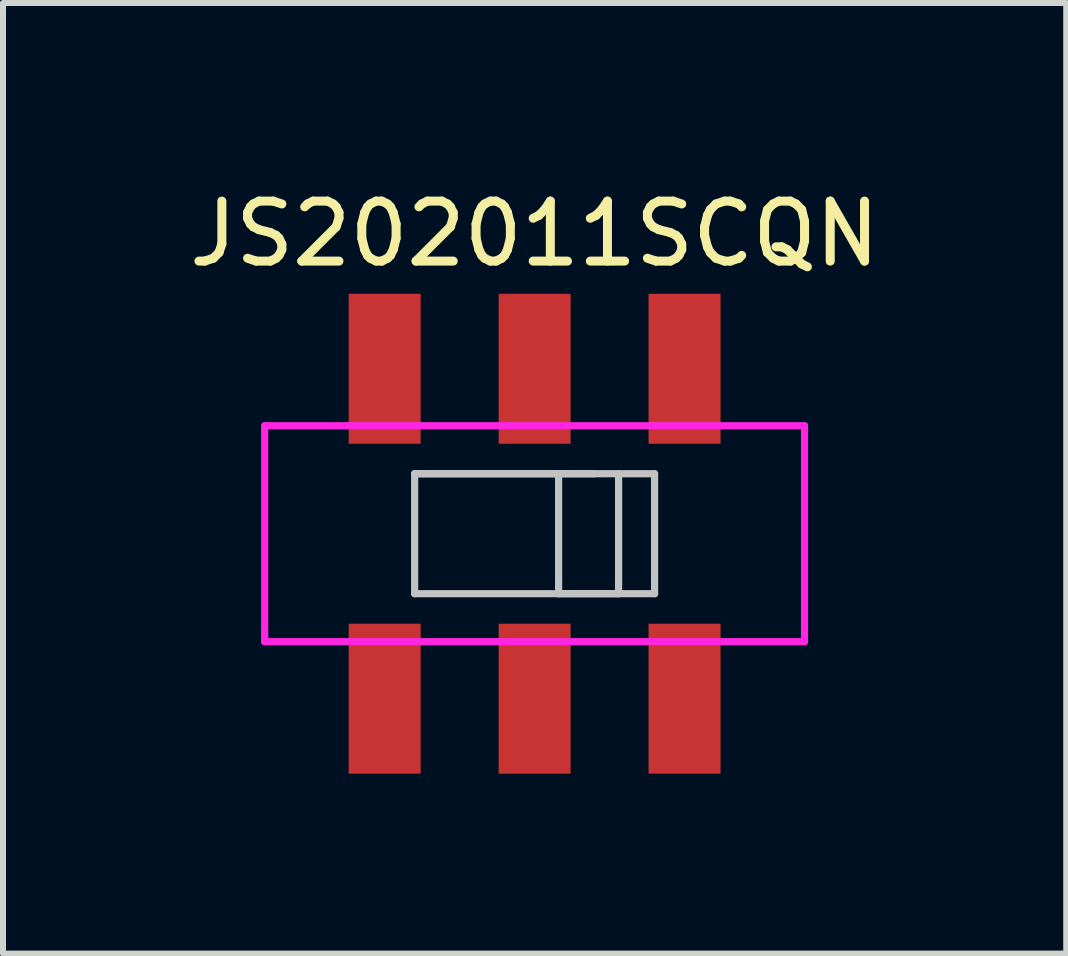
<source format=kicad_pcb>
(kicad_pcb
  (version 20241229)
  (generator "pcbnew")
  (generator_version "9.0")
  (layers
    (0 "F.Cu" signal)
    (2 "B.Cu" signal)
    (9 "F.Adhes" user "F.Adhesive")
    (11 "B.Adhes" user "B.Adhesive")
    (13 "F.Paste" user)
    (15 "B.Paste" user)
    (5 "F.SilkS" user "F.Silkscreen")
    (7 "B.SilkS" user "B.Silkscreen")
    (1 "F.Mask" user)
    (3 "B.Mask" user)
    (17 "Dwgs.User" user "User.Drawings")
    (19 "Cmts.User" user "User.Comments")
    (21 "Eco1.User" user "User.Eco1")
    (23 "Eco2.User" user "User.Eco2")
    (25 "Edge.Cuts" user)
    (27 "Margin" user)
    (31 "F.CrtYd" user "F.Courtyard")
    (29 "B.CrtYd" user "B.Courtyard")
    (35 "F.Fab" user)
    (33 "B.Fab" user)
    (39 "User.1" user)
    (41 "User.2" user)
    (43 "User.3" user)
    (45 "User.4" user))
  (footprint "JS202011SCQN"
    (layer "F.Cu")
    (at 5.863 5.848)
    (property "Reference" "JS202011SCQN" (at 0 -5 0) (layer "F.SilkS") (effects (font (size 1 1) (thickness 0.15))))
    (attr through_hole)
    (fp_line (start -2 -1) (end 1 -1) (stroke (width 0.12) (type solid)) (layer "Dwgs.User"))
    (fp_line (start -2 -1) (end 2 -1) (stroke (width 0.12) (type solid)) (layer "Dwgs.User"))
    (fp_line (start -2 1) (end -2 -1) (stroke (width 0.12) (type solid)) (layer "Dwgs.User"))
    (fp_line (start 0.4 1) (end 0.4 -1) (stroke (width 0.12) (type solid)) (layer "Dwgs.User"))
    (fp_line (start 1.4 -1) (end 1.4 1) (stroke (width 0.12) (type solid)) (layer "Dwgs.User"))
    (fp_line (start 1.4 1) (end 0.4 1) (stroke (width 0.12) (type solid)) (layer "Dwgs.User"))
    (fp_line (start 2 -1) (end 2 1) (stroke (width 0.12) (type solid)) (layer "Dwgs.User"))
    (fp_line (start 2 1) (end -2 1) (stroke (width 0.12) (type solid)) (layer "Dwgs.User"))
    (fp_line (start -4.5 -1.8) (end 4.5 -1.8) (stroke (width 0.12) (type solid)) (layer "F.CrtYd"))
    (fp_line (start -4.5 1.8) (end -4.5 -1.8) (stroke (width 0.12) (type solid)) (layer "F.CrtYd"))
    (fp_line (start 4.5 -1.8) (end 4.5 1.8) (stroke (width 0.12) (type solid)) (layer "F.CrtYd"))
    (fp_line (start 4.5 1.8) (end -4.5 1.8) (stroke (width 0.12) (type solid)) (layer "F.CrtYd"))
    (pad "1" smd rect (at -2.5 2.75) (size 1.2 2.5) (layers "F.Cu" "F.Mask" "F.Paste"))
    (pad "2" smd rect (at 0 2.75) (size 1.2 2.5) (layers "F.Cu" "F.Mask" "F.Paste"))
    (pad "3" smd rect (at 2.5 2.75) (size 1.2 2.5) (layers "F.Cu" "F.Mask" "F.Paste"))
    (pad "4" smd rect (at -2.5 -2.75) (size 1.2 2.5) (layers "F.Cu" "F.Mask" "F.Paste"))
    (pad "5" smd rect (at 0 -2.75) (size 1.2 2.5) (layers "F.Cu" "F.Mask" "F.Paste"))
    (pad "6" smd rect (at 2.5 -2.75) (size 1.2 2.5) (layers "F.Cu" "F.Mask" "F.Paste")))
  (gr_rect
    (start -3 -3)
    (end 14.726 12.848)
    (stroke (width 0.1) (type default))
    (fill no)
    (layer "Edge.Cuts")))
</source>
